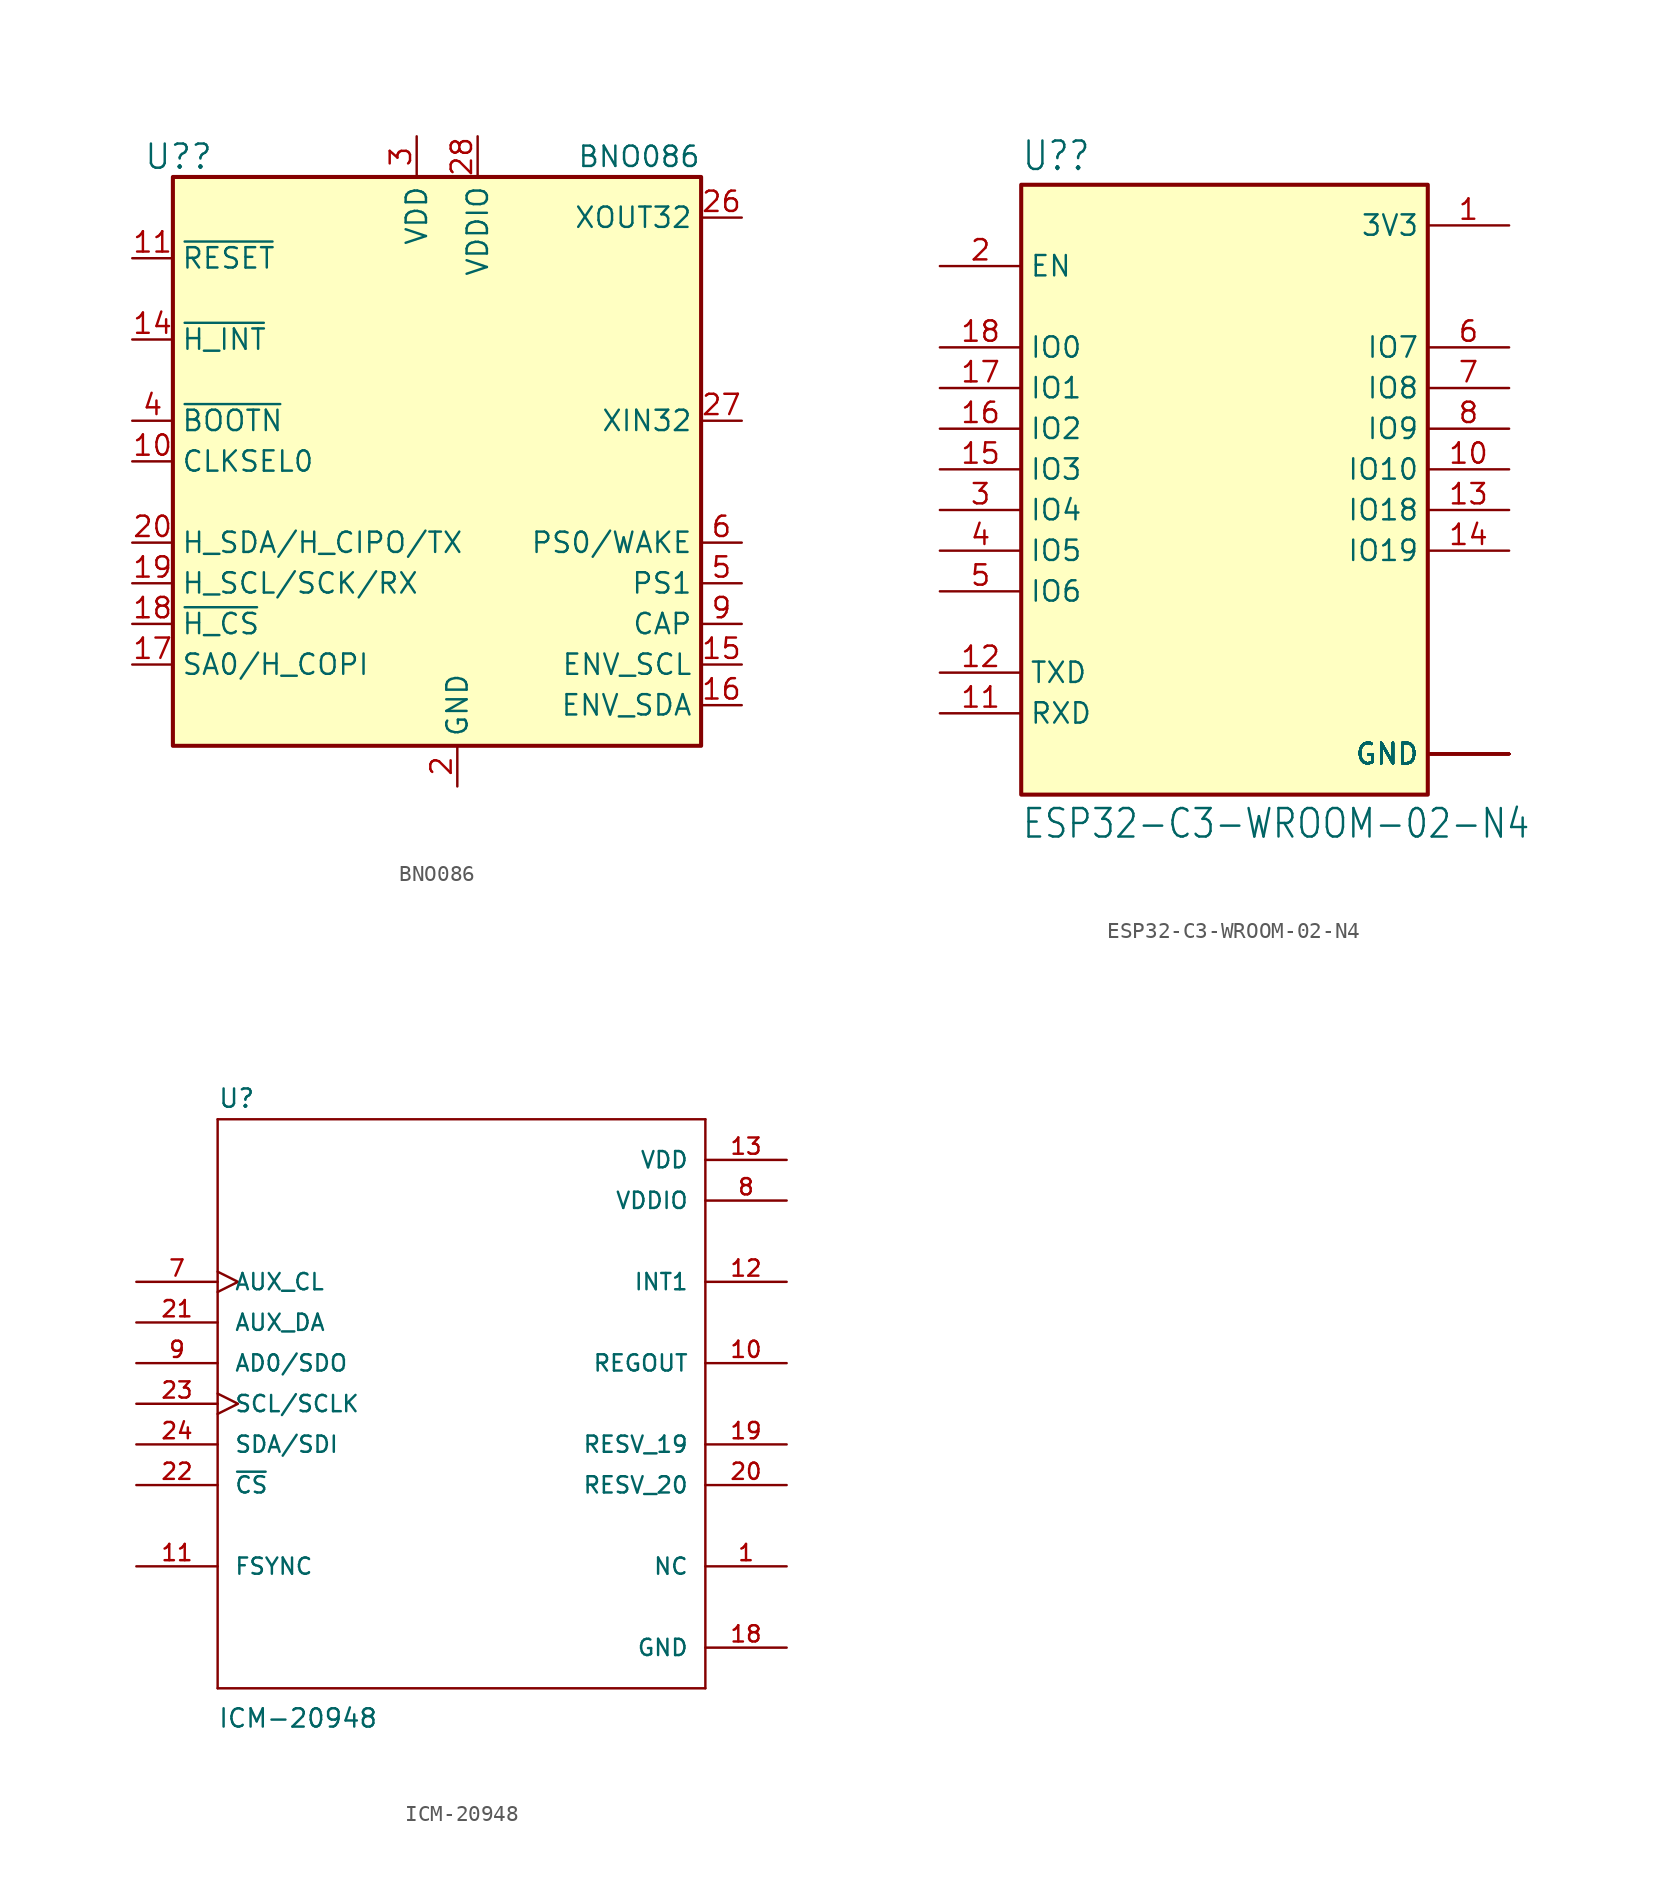
<source format=kicad_sym>
(kicad_symbol_lib
  (version 20220914)
  (generator kicad_symbol_editor)
  (symbol "BNO086"
    (property "Reference" "U?"
      (at -15.24 16.51 0)
      (effects (font (size 1.511 1.511)) (justify right)))
    (property "Value" "BNO086"
      (at 15.24 16.51 0)
      (effects (font (size 1.27 1.27)) (justify right)))
    (symbol "BNO086_0_1"
      (rectangle (start -17.78 15.24) (end 15.24 -20.32) (stroke (width 0.254) (type default)) (fill (type background))))
    (symbol "BNO086_1_1"
      (pin no_connect line (at -17.78 7.62 0) (length 2.54) hide (name "PIN1" (effects (font (size 1.27 1.27)))) (number "1" (effects (font (size 1.27 1.27)))))
      (pin input line (at -20.32 -2.54 0) (length 2.54) (name "CLKSEL0" (effects (font (size 1.27 1.27)))) (number "10" (effects (font (size 1.27 1.27)))))
      (pin input line (at -20.32 10.16 0) (length 2.54) (name "~{RESET}" (effects (font (size 1.27 1.27)))) (number "11" (effects (font (size 1.27 1.27)))))
      (pin no_connect line (at 15.24 10.16 180) (length 2.54) hide (name "PIN12" (effects (font (size 1.27 1.27)))) (number "12" (effects (font (size 1.27 1.27)))))
      (pin no_connect line (at 15.24 7.62 180) (length 2.54) hide (name "PIN13" (effects (font (size 1.27 1.27)))) (number "13" (effects (font (size 1.27 1.27)))))
      (pin output line (at -20.32 5.08 0) (length 2.54) (name "~{H_INT}" (effects (font (size 1.27 1.27)))) (number "14" (effects (font (size 1.27 1.27)))))
      (pin bidirectional line (at 17.78 -15.24 180) (length 2.54) (name "ENV_SCL" (effects (font (size 1.27 1.27)))) (number "15" (effects (font (size 1.27 1.27)))))
      (pin bidirectional line (at 17.78 -17.78 180) (length 2.54) (name "ENV_SDA" (effects (font (size 1.27 1.27)))) (number "16" (effects (font (size 1.27 1.27)))))
      (pin input line (at -20.32 -15.24 0) (length 2.54) (name "SA0/H_COPI" (effects (font (size 1.27 1.27)))) (number "17" (effects (font (size 1.27 1.27)))))
      (pin passive line (at -20.32 -12.7 0) (length 2.54) (name "~{H_CS}" (effects (font (size 1.27 1.27)))) (number "18" (effects (font (size 1.27 1.27)))))
      (pin bidirectional line (at -20.32 -10.16 0) (length 2.54) (name "H_SCL/SCK/RX" (effects (font (size 1.27 1.27)))) (number "19" (effects (font (size 1.27 1.27)))))
      (pin power_in line (at 0 -22.86 90) (length 2.54) (name "GND" (effects (font (size 1.27 1.27)))) (number "2" (effects (font (size 1.27 1.27)))))
      (pin bidirectional line (at -20.32 -7.62 0) (length 2.54) (name "H_SDA/H_CIPO/TX" (effects (font (size 1.27 1.27)))) (number "20" (effects (font (size 1.27 1.27)))))
      (pin no_connect line (at 15.24 5.08 180) (length 2.54) hide (name "PIN21" (effects (font (size 1.27 1.27)))) (number "21" (effects (font (size 1.27 1.27)))))
      (pin no_connect line (at 15.24 2.54 180) (length 2.54) hide (name "PIN22" (effects (font (size 1.27 1.27)))) (number "22" (effects (font (size 1.27 1.27)))))
      (pin no_connect line (at 15.24 -2.54 180) (length 2.54) hide (name "PIN23" (effects (font (size 1.27 1.27)))) (number "23" (effects (font (size 1.27 1.27)))))
      (pin no_connect line (at 15.24 -5.08 180) (length 2.54) hide (name "PIN24" (effects (font (size 1.27 1.27)))) (number "24" (effects (font (size 1.27 1.27)))))
      (pin power_in line (at 0 -22.86 90) (length 2.54) hide (name "GNDIO" (effects (font (size 1.27 1.27)))) (number "25" (effects (font (size 1.27 1.27)))))
      (pin output line (at 17.78 12.7 180) (length 2.54) (name "XOUT32" (effects (font (size 1.27 1.27)))) (number "26" (effects (font (size 1.27 1.27)))))
      (pin input line (at 17.78 0 180) (length 2.54) (name "XIN32" (effects (font (size 1.27 1.27)))) (number "27" (effects (font (size 1.27 1.27)))))
      (pin power_in line (at 1.27 17.78 270) (length 2.54) (name "VDDIO" (effects (font (size 1.27 1.27)))) (number "28" (effects (font (size 1.27 1.27)))))
      (pin power_in line (at -2.54 17.78 270) (length 2.54) (name "VDD" (effects (font (size 1.27 1.27)))) (number "3" (effects (font (size 1.27 1.27)))))
      (pin input line (at -20.32 0 0) (length 2.54) (name "~{BOOTN}" (effects (font (size 1.27 1.27)))) (number "4" (effects (font (size 1.27 1.27)))))
      (pin input line (at 17.78 -10.16 180) (length 2.54) (name "PS1" (effects (font (size 1.27 1.27)))) (number "5" (effects (font (size 1.27 1.27)))))
      (pin input line (at 17.78 -7.62 180) (length 2.54) (name "PS0/WAKE" (effects (font (size 1.27 1.27)))) (number "6" (effects (font (size 1.27 1.27)))))
      (pin no_connect line (at -17.78 2.54 0) (length 2.54) hide (name "PIN7" (effects (font (size 1.27 1.27)))) (number "7" (effects (font (size 1.27 1.27)))))
      (pin no_connect line (at -17.78 -5.08 0) (length 2.54) hide (name "PIN8" (effects (font (size 1.27 1.27)))) (number "8" (effects (font (size 1.27 1.27)))))
      (pin passive line (at 17.78 -12.7 180) (length 2.54) (name "CAP" (effects (font (size 1.27 1.27)))) (number "9" (effects (font (size 1.27 1.27)))))))
  (symbol "ESP32-C3-WROOM-02-N4"
    (property "Reference" "U?"
      (at -12.7 21.082 0)
      (effects (font (size 1.778 1.511)) (justify left bottom)))
    (property "Value" "ESP32-C3-WROOM-02-N4"
      (at -12.7 -18.542 0)
      (effects (font (size 1.778 1.511)) (justify left top)))
    (symbol "ESP32-C3-WROOM-02-N4_1_0"
      (pin power_in line (at 17.78 17.78 180) (length 5.08) (name "3V3" (effects (font (size 1.27 1.27)))) (number "1" (effects (font (size 1.27 1.27)))))
      (pin bidirectional line (at 17.78 2.54 180) (length 5.08) (name "IO10" (effects (font (size 1.27 1.27)))) (number "10" (effects (font (size 1.27 1.27)))))
      (pin bidirectional line (at -17.78 -12.7 0) (length 5.08) (name "RXD" (effects (font (size 1.27 1.27)))) (number "11" (effects (font (size 1.27 1.27)))))
      (pin bidirectional line (at -17.78 -10.16 0) (length 5.08) (name "TXD" (effects (font (size 1.27 1.27)))) (number "12" (effects (font (size 1.27 1.27)))))
      (pin bidirectional line (at 17.78 0 180) (length 5.08) (name "IO18" (effects (font (size 1.27 1.27)))) (number "13" (effects (font (size 1.27 1.27)))))
      (pin bidirectional line (at 17.78 -2.54 180) (length 5.08) (name "IO19" (effects (font (size 1.27 1.27)))) (number "14" (effects (font (size 1.27 1.27)))))
      (pin bidirectional line (at -17.78 2.54 0) (length 5.08) (name "IO3" (effects (font (size 1.27 1.27)))) (number "15" (effects (font (size 1.27 1.27)))))
      (pin bidirectional line (at -17.78 5.08 0) (length 5.08) (name "IO2" (effects (font (size 1.27 1.27)))) (number "16" (effects (font (size 1.27 1.27)))))
      (pin bidirectional line (at -17.78 7.62 0) (length 5.08) (name "IO1" (effects (font (size 1.27 1.27)))) (number "17" (effects (font (size 1.27 1.27)))))
      (pin bidirectional line (at -17.78 10.16 0) (length 5.08) (name "IO0" (effects (font (size 1.27 1.27)))) (number "18" (effects (font (size 1.27 1.27)))))
      (pin power_in line (at 17.78 -15.24 180) (length 5.08) (name "GND" (effects (font (size 1.27 1.27)))) (number "19" (effects (font (size 0 0)))))
      (pin input line (at -17.78 15.24 0) (length 5.08) (name "EN" (effects (font (size 1.27 1.27)))) (number "2" (effects (font (size 1.27 1.27)))))
      (pin power_in line (at 17.78 -15.24 180) (length 5.08) (name "GND" (effects (font (size 1.27 1.27)))) (number "20" (effects (font (size 0 0)))))
      (pin power_in line (at 17.78 -15.24 180) (length 5.08) (name "GND" (effects (font (size 1.27 1.27)))) (number "21" (effects (font (size 0 0)))))
      (pin power_in line (at 17.78 -15.24 180) (length 5.08) (name "GND" (effects (font (size 1.27 1.27)))) (number "22" (effects (font (size 0 0)))))
      (pin power_in line (at 17.78 -15.24 180) (length 5.08) (name "GND" (effects (font (size 1.27 1.27)))) (number "23" (effects (font (size 0 0)))))
      (pin power_in line (at 17.78 -15.24 180) (length 5.08) (name "GND" (effects (font (size 1.27 1.27)))) (number "24" (effects (font (size 0 0)))))
      (pin power_in line (at 17.78 -15.24 180) (length 5.08) (name "GND" (effects (font (size 1.27 1.27)))) (number "25" (effects (font (size 0 0)))))
      (pin power_in line (at 17.78 -15.24 180) (length 5.08) (name "GND" (effects (font (size 1.27 1.27)))) (number "26" (effects (font (size 0 0)))))
      (pin power_in line (at 17.78 -15.24 180) (length 5.08) (name "GND" (effects (font (size 1.27 1.27)))) (number "27" (effects (font (size 0 0)))))
      (pin power_in line (at 17.78 -15.24 180) (length 5.08) (name "GND" (effects (font (size 1.27 1.27)))) (number "28" (effects (font (size 0 0)))))
      (pin power_in line (at 17.78 -15.24 180) (length 5.08) (name "GND" (effects (font (size 1.27 1.27)))) (number "29" (effects (font (size 0 0)))))
      (pin bidirectional line (at -17.78 0 0) (length 5.08) (name "IO4" (effects (font (size 1.27 1.27)))) (number "3" (effects (font (size 1.27 1.27)))))
      (pin power_in line (at 17.78 -15.24 180) (length 5.08) (name "GND" (effects (font (size 1.27 1.27)))) (number "30" (effects (font (size 0 0)))))
      (pin power_in line (at 17.78 -15.24 180) (length 5.08) (name "GND" (effects (font (size 1.27 1.27)))) (number "31" (effects (font (size 0 0)))))
      (pin power_in line (at 17.78 -15.24 180) (length 5.08) (name "GND" (effects (font (size 1.27 1.27)))) (number "32" (effects (font (size 0 0)))))
      (pin power_in line (at 17.78 -15.24 180) (length 5.08) (name "GND" (effects (font (size 1.27 1.27)))) (number "33" (effects (font (size 0 0)))))
      (pin power_in line (at 17.78 -15.24 180) (length 5.08) (name "GND" (effects (font (size 1.27 1.27)))) (number "34" (effects (font (size 0 0)))))
      (pin power_in line (at 17.78 -15.24 180) (length 5.08) (name "GND" (effects (font (size 1.27 1.27)))) (number "35" (effects (font (size 0 0)))))
      (pin power_in line (at 17.78 -15.24 180) (length 5.08) (name "GND" (effects (font (size 1.27 1.27)))) (number "36" (effects (font (size 0 0)))))
      (pin power_in line (at 17.78 -15.24 180) (length 5.08) (name "GND" (effects (font (size 1.27 1.27)))) (number "37" (effects (font (size 0 0)))))
      (pin power_in line (at 17.78 -15.24 180) (length 5.08) (name "GND" (effects (font (size 1.27 1.27)))) (number "38" (effects (font (size 0 0)))))
      (pin power_in line (at 17.78 -15.24 180) (length 5.08) (name "GND" (effects (font (size 1.27 1.27)))) (number "39" (effects (font (size 0 0)))))
      (pin bidirectional line (at -17.78 -2.54 0) (length 5.08) (name "IO5" (effects (font (size 1.27 1.27)))) (number "4" (effects (font (size 1.27 1.27)))))
      (pin bidirectional line (at -17.78 -5.08 0) (length 5.08) (name "IO6" (effects (font (size 1.27 1.27)))) (number "5" (effects (font (size 1.27 1.27)))))
      (pin bidirectional line (at 17.78 10.16 180) (length 5.08) (name "IO7" (effects (font (size 1.27 1.27)))) (number "6" (effects (font (size 1.27 1.27)))))
      (pin bidirectional line (at 17.78 7.62 180) (length 5.08) (name "IO8" (effects (font (size 1.27 1.27)))) (number "7" (effects (font (size 1.27 1.27)))))
      (pin bidirectional line (at 17.78 5.08 180) (length 5.08) (name "IO9" (effects (font (size 1.27 1.27)))) (number "8" (effects (font (size 1.27 1.27)))))
      (pin power_in line (at 17.78 -15.24 180) (length 5.08) (name "GND" (effects (font (size 1.27 1.27)))) (number "9" (effects (font (size 0 0))))))
    (symbol "ESP32-C3-WROOM-02-N4_1_1"
      (rectangle (start -12.7 20.32) (end 12.7 -17.78) (stroke (width 0.254) (type default)) (fill (type background)))))
  (symbol "ICM-20948"
    (pin_names
      (offset 1.016))
    (property "Reference" "U"
      (at -15.24 18.415 0)
      (effects (font (size 1.143 1.143)) (justify left bottom)))
    (property "Value" "ICM-20948"
      (at -15.24 -20.32 0)
      (effects (font (size 1.143 1.143)) (justify left bottom)))
    (property "ki_locked" ""
      (at 0 0 0)
      (effects (font (size 1.27 1.27))))
    (symbol "ICM-20948_1_0"
      (polyline (pts (xy -15.24 -17.78) (xy 15.24 -17.78)) (stroke (width 0) (type solid)) (fill (type none)))
      (polyline (pts (xy -15.24 17.78) (xy -15.24 -17.78)) (stroke (width 0) (type solid)) (fill (type none)))
      (polyline (pts (xy 15.24 -17.78) (xy 15.24 17.78)) (stroke (width 0) (type solid)) (fill (type none)))
      (polyline (pts (xy 15.24 17.78) (xy -15.24 17.78)) (stroke (width 0) (type solid)) (fill (type none))))
    (symbol "ICM-20948_1_1"
      (pin unspecified line (at 20.32 -10.16 180) (length 5.08) (name "NC" (effects (font (size 1.016 1.016)))) (number "1" (effects (font (size 1.016 1.016)))))
      (pin output line (at 20.32 2.54 180) (length 5.08) (name "REGOUT" (effects (font (size 1.016 1.016)))) (number "10" (effects (font (size 1.016 1.016)))))
      (pin input line (at -20.32 -10.16 0) (length 5.08) (name "FSYNC" (effects (font (size 1.016 1.016)))) (number "11" (effects (font (size 1.016 1.016)))))
      (pin output line (at 20.32 7.62 180) (length 5.08) (name "INT1" (effects (font (size 1.016 1.016)))) (number "12" (effects (font (size 1.016 1.016)))))
      (pin power_in line (at 20.32 15.24 180) (length 5.08) (name "VDD" (effects (font (size 1.016 1.016)))) (number "13" (effects (font (size 1.016 1.016)))))
      (pin unspecified line (at 20.32 -10.16 180) (length 5.08) hide (name "NC" (effects (font (size 1.016 1.016)))) (number "14" (effects (font (size 1.016 1.016)))))
      (pin unspecified line (at 20.32 -10.16 180) (length 5.08) hide (name "NC" (effects (font (size 1.016 1.016)))) (number "15" (effects (font (size 1.016 1.016)))))
      (pin unspecified line (at 20.32 -10.16 180) (length 5.08) hide (name "NC" (effects (font (size 1.016 1.016)))) (number "16" (effects (font (size 1.016 1.016)))))
      (pin unspecified line (at 20.32 -10.16 180) (length 5.08) hide (name "NC" (effects (font (size 1.016 1.016)))) (number "17" (effects (font (size 1.016 1.016)))))
      (pin power_in line (at 20.32 -15.24 180) (length 5.08) (name "GND" (effects (font (size 1.016 1.016)))) (number "18" (effects (font (size 1.016 1.016)))))
      (pin passive line (at 20.32 -2.54 180) (length 5.08) (name "RESV_19" (effects (font (size 1.016 1.016)))) (number "19" (effects (font (size 1.016 1.016)))))
      (pin unspecified line (at 20.32 -10.16 180) (length 5.08) hide (name "NC" (effects (font (size 1.016 1.016)))) (number "2" (effects (font (size 1.016 1.016)))))
      (pin passive line (at 20.32 -5.08 180) (length 5.08) (name "RESV_20" (effects (font (size 1.016 1.016)))) (number "20" (effects (font (size 1.016 1.016)))))
      (pin bidirectional line (at -20.32 5.08 0) (length 5.08) (name "AUX_DA" (effects (font (size 1.016 1.016)))) (number "21" (effects (font (size 1.016 1.016)))))
      (pin input line (at -20.32 -5.08 0) (length 5.08) (name "~{CS}" (effects (font (size 1.016 1.016)))) (number "22" (effects (font (size 1.016 1.016)))))
      (pin input clock (at -20.32 0 0) (length 5.08) (name "SCL/SCLK" (effects (font (size 1.016 1.016)))) (number "23" (effects (font (size 1.016 1.016)))))
      (pin bidirectional line (at -20.32 -2.54 0) (length 5.08) (name "SDA/SDI" (effects (font (size 1.016 1.016)))) (number "24" (effects (font (size 1.016 1.016)))))
      (pin unspecified line (at 20.32 -10.16 180) (length 5.08) hide (name "NC" (effects (font (size 1.016 1.016)))) (number "3" (effects (font (size 1.016 1.016)))))
      (pin unspecified line (at 20.32 -10.16 180) (length 5.08) hide (name "NC" (effects (font (size 1.016 1.016)))) (number "4" (effects (font (size 1.016 1.016)))))
      (pin unspecified line (at 20.32 -10.16 180) (length 5.08) hide (name "NC" (effects (font (size 1.016 1.016)))) (number "5" (effects (font (size 1.016 1.016)))))
      (pin unspecified line (at 20.32 -10.16 180) (length 5.08) hide (name "NC" (effects (font (size 1.016 1.016)))) (number "6" (effects (font (size 1.016 1.016)))))
      (pin input clock (at -20.32 7.62 0) (length 5.08) (name "AUX_CL" (effects (font (size 1.016 1.016)))) (number "7" (effects (font (size 1.016 1.016)))))
      (pin power_in line (at 20.32 12.7 180) (length 5.08) (name "VDDIO" (effects (font (size 1.016 1.016)))) (number "8" (effects (font (size 1.016 1.016)))))
      (pin bidirectional line (at -20.32 2.54 0) (length 5.08) (name "AD0/SDO" (effects (font (size 1.016 1.016)))) (number "9" (effects (font (size 1.016 1.016))))))))
</source>
